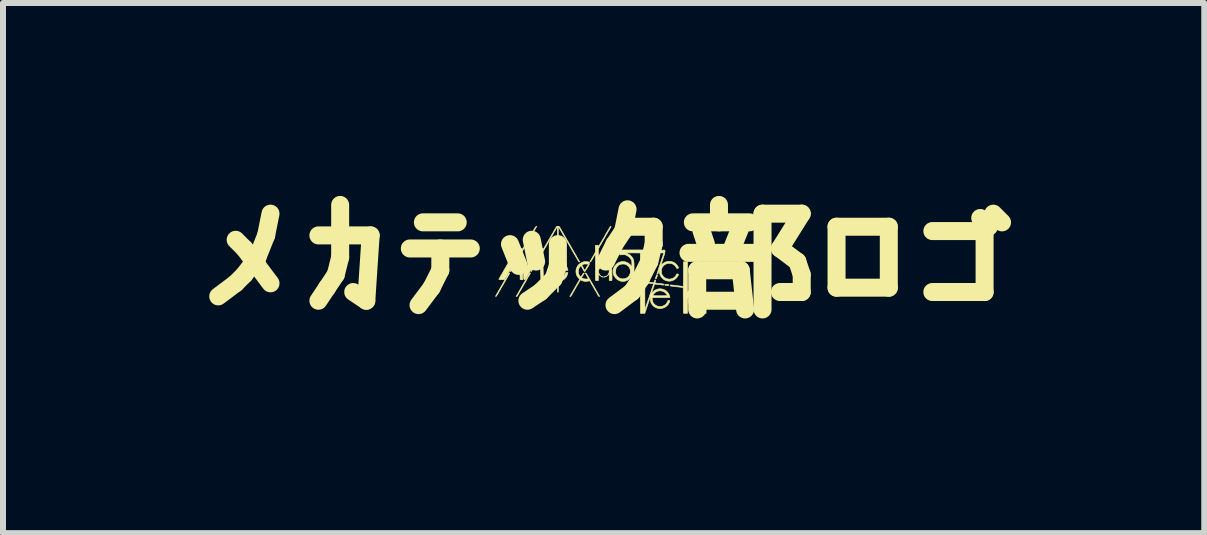
<source format=kicad_pcb>
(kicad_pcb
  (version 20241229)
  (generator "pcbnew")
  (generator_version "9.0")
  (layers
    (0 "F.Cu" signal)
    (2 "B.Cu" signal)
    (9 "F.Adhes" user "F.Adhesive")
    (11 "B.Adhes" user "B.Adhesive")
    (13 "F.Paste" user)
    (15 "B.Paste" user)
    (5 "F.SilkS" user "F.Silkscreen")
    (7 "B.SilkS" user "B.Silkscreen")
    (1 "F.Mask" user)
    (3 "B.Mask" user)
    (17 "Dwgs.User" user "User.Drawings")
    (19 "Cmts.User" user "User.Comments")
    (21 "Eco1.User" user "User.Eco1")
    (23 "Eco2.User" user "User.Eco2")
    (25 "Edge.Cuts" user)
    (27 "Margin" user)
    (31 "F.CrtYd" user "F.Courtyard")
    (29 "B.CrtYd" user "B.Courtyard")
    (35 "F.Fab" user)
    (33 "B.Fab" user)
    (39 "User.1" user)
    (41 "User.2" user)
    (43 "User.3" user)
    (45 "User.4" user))
  (footprint "メカテック部ロゴ"
    (layer "F.Cu")
    (at 7.01 1.418)
    (property "Reference" "メカテック部ロゴ" (at 0 0 0) (layer "F.SilkS") (effects (font (size 1.524 1.524) (thickness 0.3))))
    (attr through_hole)
    (fp_poly (pts (xy -1.232 -0.182) (xy -1.232 -0.178) (xy -1.232 -0.177) (xy -1.235 -0.178) (xy -1.235 -0.18) (xy -1.233 -0.183) (xy -1.232 -0.182)) (stroke (width 0.01) (type solid)) (fill yes) (layer "F.SilkS"))
    (fp_poly (pts (xy -0.033 0.138) (xy -0.024 0.141) (xy -0.017 0.143) (xy -0.01 0.146) (xy -0.008 0.149) (xy -0.009 0.151) (xy -0.012 0.152) (xy -0.02 0.149) (xy -0.026 0.148) (xy -0.035 0.144) (xy -0.039 0.14) (xy -0.039 0.14) (xy -0.036 0.138) (xy -0.033 0.138)) (stroke (width 0.01) (type solid)) (fill yes) (layer "F.SilkS"))
    (fp_poly (pts (xy -0.758 -0.379) (xy -0.756 -0.376) (xy -0.755 -0.37) (xy -0.755 -0.36) (xy -0.755 -0.343) (xy -0.755 -0.341) (xy -0.756 -0.321) (xy -0.758 -0.308) (xy -0.761 -0.302) (xy -0.766 -0.302) (xy -0.767 -0.303) (xy -0.768 -0.308) (xy -0.769 -0.319) (xy -0.77 -0.334) (xy -0.77 -0.343) (xy -0.77 -0.36) (xy -0.769 -0.37) (xy -0.768 -0.376) (xy -0.765 -0.379) (xy -0.762 -0.379) (xy -0.758 -0.379)) (stroke (width 0.01) (type solid)) (fill yes) (layer "F.SilkS"))
    (fp_poly (pts (xy 0.894 0.114) (xy 0.896 0.118) (xy 0.897 0.124) (xy 0.895 0.133) (xy 0.891 0.145) (xy 0.885 0.161) (xy 0.881 0.171) (xy 0.878 0.176) (xy 0.874 0.177) (xy 0.87 0.177) (xy 0.866 0.175) (xy 0.864 0.172) (xy 0.865 0.165) (xy 0.869 0.153) (xy 0.871 0.148) (xy 0.876 0.135) (xy 0.879 0.125) (xy 0.879 0.12) (xy 0.882 0.113) (xy 0.888 0.111) (xy 0.894 0.114)) (stroke (width 0.01) (type solid)) (fill yes) (layer "F.SilkS"))
    (fp_poly (pts (xy 1.039 0.271) (xy 1.049 0.271) (xy 1.068 0.273) (xy 1.08 0.275) (xy 1.087 0.278) (xy 1.09 0.282) (xy 1.089 0.285) (xy 1.085 0.289) (xy 1.077 0.292) (xy 1.069 0.293) (xy 1.067 0.292) (xy 1.062 0.29) (xy 1.052 0.289) (xy 1.042 0.288) (xy 1.03 0.288) (xy 1.023 0.286) (xy 1.02 0.282) (xy 1.02 0.278) (xy 1.02 0.274) (xy 1.022 0.271) (xy 1.028 0.27) (xy 1.039 0.271)) (stroke (width 0.01) (type solid)) (fill yes) (layer "F.SilkS"))
    (fp_poly (pts (xy -1.135 -0.059) (xy -1.141 -0.049) (xy -1.144 -0.041) (xy -1.145 -0.039) (xy -1.148 -0.035) (xy -1.149 -0.035) (xy -1.152 -0.032) (xy -1.155 -0.026) (xy -1.158 -0.02) (xy -1.164 -0.009) (xy -1.172 0.005) (xy -1.181 0.02) (xy -1.189 0.034) (xy -1.197 0.046) (xy -1.202 0.054) (xy -1.203 0.055) (xy -1.208 0.056) (xy -1.21 0.056) (xy -1.213 0.051) (xy -1.211 0.043) (xy -1.205 0.035) (xy -1.201 0.029) (xy -1.195 0.018) (xy -1.188 0.006) (xy -1.179 -0.009) (xy -1.171 -0.024) (xy -1.166 -0.033) (xy -1.158 -0.046) (xy -1.152 -0.059) (xy -1.15 -0.062) (xy -1.143 -0.071) (xy -1.134 -0.074) (xy -1.125 -0.074) (xy -1.135 -0.059)) (stroke (width 0.01) (type solid)) (fill yes) (layer "F.SilkS"))
    (fp_poly (pts (xy -1.476 -0.074) (xy -1.476 -0.071) (xy -1.477 -0.065) (xy -1.483 -0.055) (xy -1.491 -0.04) (xy -1.495 -0.034) (xy -1.503 -0.02) (xy -1.511 -0.007) (xy -1.516 0.002) (xy -1.516 0.003) (xy -1.521 0.011) (xy -1.527 0.022) (xy -1.534 0.034) (xy -1.54 0.044) (xy -1.544 0.052) (xy -1.546 0.054) (xy -1.55 0.055) (xy -1.555 0.057) (xy -1.56 0.056) (xy -1.56 0.052) (xy -1.56 0.052) (xy -1.556 0.043) (xy -1.553 0.039) (xy -1.549 0.032) (xy -1.542 0.022) (xy -1.538 0.014) (xy -1.529 -0.002) (xy -1.52 -0.019) (xy -1.516 -0.025) (xy -1.509 -0.038) (xy -1.503 -0.048) (xy -1.501 -0.053) (xy -1.492 -0.066) (xy -1.484 -0.073) (xy -1.48 -0.074) (xy -1.476 -0.074)) (stroke (width 0.01) (type solid)) (fill yes) (layer "F.SilkS"))
    (fp_poly (pts (xy -1.019 -0.245) (xy -1.018 -0.236) (xy -1.017 -0.223) (xy -1.017 -0.221) (xy -1.016 -0.209) (xy -1.016 -0.191) (xy -1.015 -0.168) (xy -1.014 -0.142) (xy -1.013 -0.114) (xy -1.012 -0.104) (xy -1.011 -0.07) (xy -1.009 -0.032) (xy -1.008 0.007) (xy -1.007 0.044) (xy -1.006 0.074) (xy -1.005 0.101) (xy -1.005 0.126) (xy -1.004 0.147) (xy -1.003 0.165) (xy -1.002 0.176) (xy -1.002 0.179) (xy -1.002 0.189) (xy -1.003 0.194) (xy -1.003 0.195) (xy -1.009 0.194) (xy -1.019 0.193) (xy -1.026 0.192) (xy -1.037 0.19) (xy -1.043 0.188) (xy -1.045 0.183) (xy -1.046 0.176) (xy -1.046 0.167) (xy -1.047 0.152) (xy -1.047 0.133) (xy -1.048 0.112) (xy -1.049 0.107) (xy -1.05 0.064) (xy -1.052 0.014) (xy -1.054 -0.042) (xy -1.056 -0.102) (xy -1.057 -0.122) (xy -1.059 -0.176) (xy -1.041 -0.208) (xy -1.034 -0.222) (xy -1.028 -0.234) (xy -1.024 -0.241) (xy -1.024 -0.243) (xy -1.021 -0.247) (xy -1.021 -0.248) (xy -1.019 -0.245)) (stroke (width 0.01) (type solid)) (fill yes) (layer "F.SilkS"))
    (fp_poly (pts (xy -1.364 -0.238) (xy -1.364 -0.23) (xy -1.363 -0.216) (xy -1.362 -0.2) (xy -1.362 -0.199) (xy -1.361 -0.176) (xy -1.36 -0.153) (xy -1.358 -0.13) (xy -1.357 -0.104) (xy -1.356 -0.075) (xy -1.355 -0.043) (xy -1.354 -0.007) (xy -1.353 0.035) (xy -1.351 0.082) (xy -1.35 0.13) (xy -1.348 0.195) (xy -1.357 0.195) (xy -1.367 0.194) (xy -1.378 0.193) (xy -1.391 0.191) (xy -1.391 0.159) (xy -1.392 0.142) (xy -1.392 0.127) (xy -1.393 0.117) (xy -1.393 0.115) (xy -1.394 0.107) (xy -1.394 0.093) (xy -1.395 0.075) (xy -1.396 0.053) (xy -1.397 0.041) (xy -1.398 -0.006) (xy -1.4 -0.045) (xy -1.401 -0.078) (xy -1.402 -0.105) (xy -1.402 -0.127) (xy -1.403 -0.144) (xy -1.403 -0.157) (xy -1.403 -0.167) (xy -1.402 -0.174) (xy -1.402 -0.179) (xy -1.401 -0.182) (xy -1.399 -0.185) (xy -1.398 -0.188) (xy -1.397 -0.19) (xy -1.39 -0.203) (xy -1.382 -0.215) (xy -1.381 -0.217) (xy -1.375 -0.228) (xy -1.369 -0.238) (xy -1.369 -0.238) (xy -1.364 -0.248) (xy -1.364 -0.238)) (stroke (width 0.01) (type solid)) (fill yes) (layer "F.SilkS"))
    (fp_poly (pts (xy -1.219 0.084) (xy -1.221 0.088) (xy -1.226 0.098) (xy -1.233 0.111) (xy -1.241 0.125) (xy -1.25 0.14) (xy -1.258 0.152) (xy -1.258 0.152) (xy -1.265 0.165) (xy -1.275 0.182) (xy -1.285 0.201) (xy -1.291 0.211) (xy -1.299 0.226) (xy -1.306 0.239) (xy -1.311 0.247) (xy -1.313 0.25) (xy -1.317 0.256) (xy -1.324 0.267) (xy -1.334 0.284) (xy -1.345 0.306) (xy -1.346 0.307) (xy -1.356 0.325) (xy -1.367 0.344) (xy -1.376 0.36) (xy -1.395 0.39) (xy -1.412 0.421) (xy -1.427 0.448) (xy -1.434 0.462) (xy -1.441 0.47) (xy -1.446 0.473) (xy -1.449 0.473) (xy -1.456 0.472) (xy -1.458 0.471) (xy -1.456 0.466) (xy -1.451 0.459) (xy -1.45 0.458) (xy -1.439 0.441) (xy -1.427 0.42) (xy -1.413 0.394) (xy -1.412 0.393) (xy -1.405 0.38) (xy -1.399 0.369) (xy -1.396 0.364) (xy -1.395 0.363) (xy -1.392 0.359) (xy -1.387 0.35) (xy -1.38 0.338) (xy -1.379 0.336) (xy -1.372 0.323) (xy -1.367 0.314) (xy -1.364 0.309) (xy -1.364 0.309) (xy -1.361 0.304) (xy -1.356 0.296) (xy -1.354 0.291) (xy -1.349 0.283) (xy -1.341 0.269) (xy -1.331 0.252) (xy -1.319 0.231) (xy -1.307 0.211) (xy -1.294 0.189) (xy -1.282 0.169) (xy -1.272 0.15) (xy -1.263 0.136) (xy -1.259 0.127) (xy -1.252 0.115) (xy -1.246 0.106) (xy -1.244 0.103) (xy -1.239 0.095) (xy -1.237 0.09) (xy -1.233 0.085) (xy -1.227 0.082) (xy -1.221 0.082) (xy -1.219 0.084)) (stroke (width 0.01) (type solid)) (fill yes) (layer "F.SilkS"))
    (fp_poly (pts (xy -1.577 0.108) (xy -1.584 0.122) (xy -1.59 0.132) (xy -1.594 0.138) (xy -1.594 0.139) (xy -1.598 0.144) (xy -1.604 0.154) (xy -1.61 0.166) (xy -1.617 0.178) (xy -1.622 0.187) (xy -1.625 0.191) (xy -1.629 0.196) (xy -1.632 0.203) (xy -1.637 0.212) (xy -1.644 0.224) (xy -1.649 0.234) (xy -1.657 0.247) (xy -1.663 0.258) (xy -1.666 0.264) (xy -1.671 0.272) (xy -1.678 0.283) (xy -1.681 0.288) (xy -1.687 0.298) (xy -1.691 0.305) (xy -1.692 0.307) (xy -1.694 0.311) (xy -1.699 0.319) (xy -1.701 0.323) (xy -1.708 0.334) (xy -1.716 0.349) (xy -1.725 0.364) (xy -1.725 0.365) (xy -1.733 0.378) (xy -1.739 0.389) (xy -1.743 0.394) (xy -1.743 0.395) (xy -1.747 0.4) (xy -1.749 0.405) (xy -1.755 0.417) (xy -1.763 0.431) (xy -1.772 0.445) (xy -1.781 0.458) (xy -1.788 0.468) (xy -1.794 0.473) (xy -1.795 0.473) (xy -1.8 0.472) (xy -1.801 0.471) (xy -1.8 0.467) (xy -1.794 0.457) (xy -1.787 0.443) (xy -1.78 0.432) (xy -1.773 0.419) (xy -1.764 0.404) (xy -1.761 0.397) (xy -1.754 0.385) (xy -1.748 0.375) (xy -1.745 0.371) (xy -1.74 0.363) (xy -1.736 0.356) (xy -1.73 0.346) (xy -1.722 0.331) (xy -1.71 0.31) (xy -1.695 0.284) (xy -1.682 0.262) (xy -1.672 0.245) (xy -1.663 0.228) (xy -1.655 0.215) (xy -1.651 0.208) (xy -1.643 0.194) (xy -1.635 0.18) (xy -1.634 0.179) (xy -1.626 0.165) (xy -1.618 0.151) (xy -1.617 0.149) (xy -1.611 0.138) (xy -1.602 0.123) (xy -1.596 0.113) (xy -1.589 0.101) (xy -1.584 0.091) (xy -1.583 0.086) (xy -1.579 0.083) (xy -1.573 0.082) (xy -1.563 0.082) (xy -1.577 0.108)) (stroke (width 0.01) (type solid)) (fill yes) (layer "F.SilkS"))
    (fp_poly (pts (xy -1.038 -0.328) (xy -1.023 -0.328) (xy -1.012 -0.327) (xy -1.008 -0.326) (xy -1.008 -0.326) (xy -1.01 -0.322) (xy -1.016 -0.312) (xy -1.024 -0.296) (xy -1.035 -0.276) (xy -1.049 -0.253) (xy -1.064 -0.227) (xy -1.068 -0.221) (xy -1.077 -0.206) (xy -1.084 -0.193) (xy -1.089 -0.183) (xy -1.09 -0.179) (xy -1.093 -0.174) (xy -1.095 -0.171) (xy -1.1 -0.165) (xy -1.107 -0.155) (xy -1.108 -0.152) (xy -1.115 -0.139) (xy -1.124 -0.123) (xy -1.134 -0.106) (xy -1.143 -0.089) (xy -1.152 -0.074) (xy -1.158 -0.062) (xy -1.162 -0.057) (xy -1.173 -0.039) (xy -1.181 -0.025) (xy -1.187 -0.014) (xy -1.193 -0.004) (xy -1.2 0.007) (xy -1.206 0.02) (xy -1.213 0.033) (xy -1.221 0.045) (xy -1.223 0.049) (xy -1.232 0.063) (xy -1.243 0.083) (xy -1.253 0.102) (xy -1.259 0.112) (xy -1.264 0.12) (xy -1.265 0.12) (xy -1.269 0.128) (xy -1.27 0.131) (xy -1.272 0.136) (xy -1.274 0.137) (xy -1.277 0.14) (xy -1.28 0.146) (xy -1.284 0.154) (xy -1.291 0.165) (xy -1.298 0.177) (xy -1.306 0.187) (xy -1.311 0.192) (xy -1.316 0.195) (xy -1.321 0.194) (xy -1.325 0.192) (xy -1.328 0.19) (xy -1.33 0.184) (xy -1.331 0.175) (xy -1.332 0.16) (xy -1.332 0.141) (xy -1.333 0.121) (xy -1.333 0.104) (xy -1.334 0.09) (xy -1.335 0.083) (xy -1.335 0.083) (xy -1.335 0.074) (xy -1.333 0.069) (xy -1.33 0.063) (xy -1.324 0.053) (xy -1.318 0.043) (xy -1.31 0.028) (xy -1.3 0.01) (xy -1.292 -0.004) (xy -1.283 -0.019) (xy -1.275 -0.033) (xy -1.269 -0.044) (xy -1.258 -0.062) (xy -1.246 -0.083) (xy -1.233 -0.104) (xy -1.221 -0.126) (xy -1.209 -0.145) (xy -1.2 -0.162) (xy -1.192 -0.175) (xy -1.187 -0.182) (xy -1.187 -0.183) (xy -1.181 -0.193) (xy -1.177 -0.201) (xy -1.173 -0.208) (xy -1.167 -0.219) (xy -1.158 -0.234) (xy -1.149 -0.249) (xy -1.14 -0.265) (xy -1.132 -0.278) (xy -1.127 -0.287) (xy -1.125 -0.291) (xy -1.124 -0.295) (xy -1.119 -0.304) (xy -1.115 -0.311) (xy -1.104 -0.328) (xy -1.056 -0.328) (xy -1.038 -0.328)) (stroke (width 0.01) (type solid)) (fill yes) (layer "F.SilkS"))
    (fp_poly (pts (xy 1.399 0.394) (xy 1.421 0.382) (xy 1.449 0.368) (xy 1.478 0.359) (xy 1.506 0.354) (xy 1.529 0.353) (xy 1.568 0.361) (xy 1.603 0.376) (xy 1.634 0.396) (xy 1.661 0.422) (xy 1.682 0.452) (xy 1.697 0.487) (xy 1.703 0.516) (xy 1.705 0.527) (xy 1.706 0.544) (xy 1.706 0.567) (xy 1.707 0.593) (xy 1.708 0.622) (xy 1.708 0.648) (xy 1.708 0.754) (xy 1.637 0.754) (xy 1.637 0.652) (xy 1.637 0.614) (xy 1.637 0.584) (xy 1.636 0.559) (xy 1.635 0.539) (xy 1.633 0.523) (xy 1.63 0.51) (xy 1.627 0.499) (xy 1.622 0.489) (xy 1.616 0.479) (xy 1.614 0.476) (xy 1.604 0.461) (xy 1.594 0.451) (xy 1.582 0.443) (xy 1.576 0.439) (xy 1.551 0.43) (xy 1.525 0.426) (xy 1.499 0.427) (xy 1.475 0.433) (xy 1.455 0.444) (xy 1.45 0.448) (xy 1.442 0.454) (xy 1.435 0.457) (xy 1.435 0.457) (xy 1.43 0.46) (xy 1.43 0.461) (xy 1.428 0.466) (xy 1.425 0.47) (xy 1.42 0.476) (xy 1.413 0.487) (xy 1.41 0.493) (xy 1.408 0.498) (xy 1.406 0.503) (xy 1.404 0.509) (xy 1.403 0.517) (xy 1.402 0.527) (xy 1.401 0.542) (xy 1.401 0.561) (xy 1.4 0.586) (xy 1.4 0.617) (xy 1.4 0.632) (xy 1.398 0.754) (xy 1.365 0.754) (xy 1.347 0.754) (xy 1.335 0.752) (xy 1.331 0.749) (xy 1.33 0.749) (xy 1.33 0.745) (xy 1.33 0.733) (xy 1.329 0.715) (xy 1.329 0.691) (xy 1.329 0.662) (xy 1.328 0.629) (xy 1.328 0.593) (xy 1.328 0.554) (xy 1.328 0.533) (xy 1.327 0.322) (xy 1.309 0.321) (xy 1.299 0.32) (xy 1.283 0.319) (xy 1.263 0.316) (xy 1.241 0.314) (xy 1.235 0.313) (xy 1.212 0.31) (xy 1.189 0.307) (xy 1.169 0.305) (xy 1.153 0.303) (xy 1.151 0.303) (xy 1.132 0.301) (xy 1.12 0.299) (xy 1.113 0.297) (xy 1.11 0.293) (xy 1.11 0.289) (xy 1.113 0.283) (xy 1.117 0.281) (xy 1.125 0.282) (xy 1.14 0.283) (xy 1.16 0.285) (xy 1.184 0.288) (xy 1.209 0.291) (xy 1.236 0.295) (xy 1.255 0.297) (xy 1.276 0.3) (xy 1.294 0.302) (xy 1.309 0.304) (xy 1.318 0.305) (xy 1.319 0.305) (xy 1.329 0.305) (xy 1.331 -0.104) (xy 1.365 -0.105) (xy 1.399 -0.106) (xy 1.399 0.394)) (stroke (width 0.01) (type solid)) (fill yes) (layer "F.SilkS"))
    (fp_poly (pts (xy -1.122 -0.681) (xy -1.13 -0.668) (xy -1.138 -0.653) (xy -1.139 -0.651) (xy -1.146 -0.639) (xy -1.155 -0.624) (xy -1.162 -0.612) (xy -1.171 -0.596) (xy -1.18 -0.579) (xy -1.186 -0.569) (xy -1.193 -0.556) (xy -1.2 -0.546) (xy -1.203 -0.542) (xy -1.206 -0.537) (xy -1.206 -0.535) (xy -1.205 -0.533) (xy -1.208 -0.529) (xy -1.212 -0.523) (xy -1.218 -0.513) (xy -1.227 -0.498) (xy -1.237 -0.481) (xy -1.248 -0.463) (xy -1.258 -0.445) (xy -1.267 -0.429) (xy -1.274 -0.416) (xy -1.279 -0.407) (xy -1.279 -0.406) (xy -1.282 -0.4) (xy -1.289 -0.39) (xy -1.296 -0.377) (xy -1.297 -0.376) (xy -1.305 -0.364) (xy -1.31 -0.354) (xy -1.313 -0.35) (xy -1.313 -0.35) (xy -1.315 -0.346) (xy -1.321 -0.336) (xy -1.329 -0.321) (xy -1.341 -0.302) (xy -1.347 -0.291) (xy -1.352 -0.282) (xy -1.358 -0.272) (xy -1.364 -0.26) (xy -1.371 -0.248) (xy -1.379 -0.236) (xy -1.386 -0.223) (xy -1.386 -0.223) (xy -1.39 -0.215) (xy -1.398 -0.201) (xy -1.408 -0.184) (xy -1.419 -0.166) (xy -1.423 -0.158) (xy -1.434 -0.141) (xy -1.443 -0.125) (xy -1.45 -0.113) (xy -1.453 -0.106) (xy -1.454 -0.105) (xy -1.457 -0.102) (xy -1.462 -0.102) (xy -1.468 -0.103) (xy -1.468 -0.108) (xy -1.465 -0.113) (xy -1.459 -0.124) (xy -1.451 -0.138) (xy -1.446 -0.147) (xy -1.438 -0.161) (xy -1.431 -0.173) (xy -1.427 -0.181) (xy -1.426 -0.183) (xy -1.424 -0.188) (xy -1.423 -0.188) (xy -1.42 -0.192) (xy -1.415 -0.201) (xy -1.409 -0.211) (xy -1.401 -0.226) (xy -1.391 -0.243) (xy -1.382 -0.258) (xy -1.373 -0.274) (xy -1.362 -0.293) (xy -1.351 -0.312) (xy -1.349 -0.317) (xy -1.341 -0.331) (xy -1.335 -0.343) (xy -1.33 -0.35) (xy -1.329 -0.352) (xy -1.326 -0.356) (xy -1.32 -0.365) (xy -1.312 -0.379) (xy -1.303 -0.394) (xy -1.293 -0.41) (xy -1.285 -0.426) (xy -1.282 -0.431) (xy -1.268 -0.457) (xy -1.258 -0.475) (xy -1.25 -0.486) (xy -1.249 -0.488) (xy -1.244 -0.495) (xy -1.238 -0.506) (xy -1.23 -0.52) (xy -1.222 -0.535) (xy -1.214 -0.549) (xy -1.208 -0.561) (xy -1.204 -0.569) (xy -1.204 -0.57) (xy -1.201 -0.574) (xy -1.2 -0.574) (xy -1.197 -0.578) (xy -1.191 -0.586) (xy -1.187 -0.595) (xy -1.171 -0.625) (xy -1.156 -0.65) (xy -1.144 -0.67) (xy -1.133 -0.685) (xy -1.125 -0.693) (xy -1.122 -0.695) (xy -1.113 -0.696) (xy -1.122 -0.681)) (stroke (width 0.01) (type solid)) (fill yes) (layer "F.SilkS"))
    (fp_poly (pts (xy -1.382 -0.328) (xy -1.368 -0.327) (xy -1.36 -0.325) (xy -1.357 -0.322) (xy -1.358 -0.316) (xy -1.363 -0.306) (xy -1.366 -0.303) (xy -1.372 -0.291) (xy -1.378 -0.281) (xy -1.379 -0.278) (xy -1.384 -0.269) (xy -1.392 -0.258) (xy -1.393 -0.256) (xy -1.399 -0.248) (xy -1.403 -0.242) (xy -1.403 -0.241) (xy -1.405 -0.237) (xy -1.41 -0.228) (xy -1.417 -0.215) (xy -1.422 -0.205) (xy -1.431 -0.191) (xy -1.437 -0.179) (xy -1.441 -0.171) (xy -1.442 -0.169) (xy -1.444 -0.165) (xy -1.449 -0.157) (xy -1.45 -0.156) (xy -1.455 -0.148) (xy -1.463 -0.135) (xy -1.472 -0.119) (xy -1.481 -0.105) (xy -1.493 -0.083) (xy -1.506 -0.06) (xy -1.518 -0.039) (xy -1.529 -0.019) (xy -1.539 -0.003) (xy -1.545 0.007) (xy -1.546 0.01) (xy -1.552 0.02) (xy -1.555 0.027) (xy -1.56 0.035) (xy -1.567 0.047) (xy -1.57 0.052) (xy -1.578 0.064) (xy -1.587 0.08) (xy -1.596 0.095) (xy -1.606 0.113) (xy -1.613 0.126) (xy -1.617 0.134) (xy -1.62 0.138) (xy -1.622 0.141) (xy -1.622 0.141) (xy -1.625 0.145) (xy -1.63 0.154) (xy -1.637 0.166) (xy -1.638 0.168) (xy -1.653 0.193) (xy -1.698 0.194) (xy -1.716 0.193) (xy -1.731 0.193) (xy -1.741 0.192) (xy -1.745 0.19) (xy -1.744 0.186) (xy -1.74 0.176) (xy -1.734 0.164) (xy -1.732 0.161) (xy -1.723 0.147) (xy -1.716 0.134) (xy -1.711 0.125) (xy -1.711 0.124) (xy -1.707 0.116) (xy -1.703 0.113) (xy -1.7 0.11) (xy -1.7 0.109) (xy -1.698 0.104) (xy -1.693 0.094) (xy -1.686 0.081) (xy -1.68 0.072) (xy -1.672 0.058) (xy -1.665 0.046) (xy -1.662 0.039) (xy -1.661 0.037) (xy -1.659 0.033) (xy -1.654 0.024) (xy -1.65 0.018) (xy -1.637 -0.002) (xy -1.626 -0.022) (xy -1.617 -0.039) (xy -1.617 -0.04) (xy -1.613 -0.048) (xy -1.609 -0.051) (xy -1.606 -0.054) (xy -1.606 -0.056) (xy -1.603 -0.063) (xy -1.601 -0.066) (xy -1.597 -0.071) (xy -1.591 -0.081) (xy -1.586 -0.09) (xy -1.581 -0.1) (xy -1.576 -0.108) (xy -1.574 -0.109) (xy -1.571 -0.113) (xy -1.571 -0.114) (xy -1.569 -0.12) (xy -1.564 -0.13) (xy -1.556 -0.144) (xy -1.548 -0.156) (xy -1.539 -0.173) (xy -1.53 -0.187) (xy -1.524 -0.198) (xy -1.521 -0.203) (xy -1.516 -0.213) (xy -1.513 -0.219) (xy -1.507 -0.229) (xy -1.498 -0.243) (xy -1.488 -0.259) (xy -1.478 -0.276) (xy -1.469 -0.293) (xy -1.461 -0.306) (xy -1.457 -0.315) (xy -1.456 -0.316) (xy -1.45 -0.328) (xy -1.403 -0.328) (xy -1.382 -0.328)) (stroke (width 0.01) (type solid)) (fill yes) (layer "F.SilkS"))
    (fp_poly (pts (xy -0.759 -0.289) (xy -0.758 -0.287) (xy -0.756 -0.284) (xy -0.755 -0.277) (xy -0.755 -0.267) (xy -0.754 -0.251) (xy -0.754 -0.229) (xy -0.754 -0.201) (xy -0.754 -0.11) (xy -0.732 -0.108) (xy -0.702 -0.1) (xy -0.673 -0.086) (xy -0.647 -0.065) (xy -0.626 -0.04) (xy -0.609 -0.012) (xy -0.598 0.02) (xy -0.597 0.026) (xy -0.594 0.039) (xy -0.754 0.039) (xy -0.754 0.184) (xy -0.738 0.182) (xy -0.723 0.178) (xy -0.706 0.171) (xy -0.691 0.163) (xy -0.677 0.154) (xy -0.668 0.145) (xy -0.664 0.138) (xy -0.664 0.138) (xy -0.661 0.132) (xy -0.659 0.13) (xy -0.654 0.124) (xy -0.647 0.112) (xy -0.64 0.095) (xy -0.637 0.087) (xy -0.633 0.079) (xy -0.629 0.076) (xy -0.62 0.074) (xy -0.613 0.074) (xy -0.595 0.074) (xy -0.6 0.095) (xy -0.611 0.127) (xy -0.628 0.156) (xy -0.651 0.181) (xy -0.674 0.198) (xy -0.685 0.203) (xy -0.698 0.209) (xy -0.712 0.215) (xy -0.725 0.219) (xy -0.735 0.222) (xy -0.738 0.222) (xy -0.743 0.222) (xy -0.747 0.222) (xy -0.75 0.224) (xy -0.752 0.229) (xy -0.753 0.237) (xy -0.754 0.25) (xy -0.754 0.269) (xy -0.754 0.294) (xy -0.754 0.313) (xy -0.754 0.341) (xy -0.754 0.363) (xy -0.755 0.379) (xy -0.755 0.39) (xy -0.756 0.397) (xy -0.758 0.401) (xy -0.759 0.402) (xy -0.762 0.402) (xy -0.762 0.402) (xy -0.765 0.402) (xy -0.766 0.401) (xy -0.768 0.397) (xy -0.769 0.39) (xy -0.769 0.38) (xy -0.77 0.364) (xy -0.77 0.343) (xy -0.77 0.314) (xy -0.77 0.224) (xy -0.792 0.22) (xy -0.826 0.209) (xy -0.857 0.191) (xy -0.884 0.168) (xy -0.905 0.141) (xy -0.913 0.127) (xy -0.918 0.116) (xy -0.921 0.107) (xy -0.923 0.098) (xy -0.924 0.085) (xy -0.924 0.068) (xy -0.924 0.06) (xy -0.891 0.06) (xy -0.89 0.072) (xy -0.888 0.079) (xy -0.887 0.08) (xy -0.885 0.085) (xy -0.886 0.088) (xy -0.885 0.093) (xy -0.883 0.094) (xy -0.881 0.096) (xy -0.881 0.098) (xy -0.881 0.104) (xy -0.876 0.113) (xy -0.868 0.126) (xy -0.858 0.138) (xy -0.853 0.143) (xy -0.83 0.163) (xy -0.804 0.176) (xy -0.801 0.177) (xy -0.79 0.181) (xy -0.782 0.183) (xy -0.777 0.183) (xy -0.773 0.179) (xy -0.771 0.172) (xy -0.77 0.159) (xy -0.77 0.14) (xy -0.77 0.115) (xy -0.77 0.111) (xy -0.77 0.039) (xy -0.828 0.039) (xy -0.85 0.039) (xy -0.866 0.039) (xy -0.877 0.04) (xy -0.883 0.041) (xy -0.886 0.043) (xy -0.888 0.046) (xy -0.888 0.048) (xy -0.891 0.06) (xy -0.924 0.06) (xy -0.924 0.057) (xy -0.924 0.036) (xy -0.924 0.022) (xy -0.923 0.016) (xy -0.883 0.016) (xy -0.77 0.016) (xy -0.77 -0.027) (xy -0.754 -0.027) (xy -0.754 0.016) (xy -0.698 0.016) (xy -0.677 0.015) (xy -0.661 0.015) (xy -0.648 0.015) (xy -0.642 0.014) (xy -0.641 0.014) (xy -0.643 0.006) (xy -0.65 -0.006) (xy -0.658 -0.019) (xy -0.668 -0.031) (xy -0.675 -0.038) (xy -0.686 -0.046) (xy -0.7 -0.055) (xy -0.715 -0.063) (xy -0.73 -0.069) (xy -0.742 -0.072) (xy -0.749 -0.073) (xy -0.75 -0.072) (xy -0.752 -0.067) (xy -0.753 -0.056) (xy -0.754 -0.04) (xy -0.754 -0.027) (xy -0.77 -0.027) (xy -0.77 -0.073) (xy -0.789 -0.068) (xy -0.802 -0.064) (xy -0.814 -0.06) (xy -0.817 -0.058) (xy -0.825 -0.055) (xy -0.829 -0.054) (xy -0.833 -0.052) (xy -0.841 -0.045) (xy -0.85 -0.036) (xy -0.859 -0.027) (xy -0.866 -0.019) (xy -0.868 -0.016) (xy -0.874 -0.004) (xy -0.878 0.005) (xy -0.883 0.016) (xy -0.923 0.016) (xy -0.922 0.011) (xy -0.92 0.002) (xy -0.915 -0.008) (xy -0.911 -0.017) (xy -0.894 -0.045) (xy -0.871 -0.069) (xy -0.845 -0.088) (xy -0.817 -0.102) (xy -0.791 -0.108) (xy -0.77 -0.11) (xy -0.77 -0.2) (xy -0.77 -0.228) (xy -0.77 -0.25) (xy -0.769 -0.266) (xy -0.769 -0.277) (xy -0.768 -0.284) (xy -0.766 -0.287) (xy -0.765 -0.289) (xy -0.762 -0.289) (xy -0.762 -0.289) (xy -0.759 -0.289)) (stroke (width 0.01) (type solid)) (fill yes) (layer "F.SilkS"))
    (fp_poly (pts (xy -0.747 -0.694) (xy -0.737 -0.69) (xy -0.73 -0.681) (xy -0.727 -0.675) (xy -0.725 -0.672) (xy -0.724 -0.669) (xy -0.721 -0.664) (xy -0.718 -0.658) (xy -0.713 -0.649) (xy -0.705 -0.636) (xy -0.696 -0.619) (xy -0.683 -0.598) (xy -0.667 -0.57) (xy -0.663 -0.564) (xy -0.651 -0.542) (xy -0.64 -0.523) (xy -0.631 -0.508) (xy -0.625 -0.497) (xy -0.622 -0.491) (xy -0.621 -0.49) (xy -0.619 -0.486) (xy -0.614 -0.478) (xy -0.613 -0.476) (xy -0.603 -0.461) (xy -0.592 -0.441) (xy -0.579 -0.416) (xy -0.572 -0.404) (xy -0.565 -0.393) (xy -0.563 -0.39) (xy -0.556 -0.38) (xy -0.55 -0.369) (xy -0.545 -0.359) (xy -0.537 -0.344) (xy -0.527 -0.327) (xy -0.518 -0.311) (xy -0.509 -0.296) (xy -0.502 -0.285) (xy -0.5 -0.281) (xy -0.494 -0.271) (xy -0.487 -0.259) (xy -0.485 -0.256) (xy -0.478 -0.243) (xy -0.469 -0.228) (xy -0.465 -0.221) (xy -0.456 -0.205) (xy -0.447 -0.188) (xy -0.443 -0.182) (xy -0.436 -0.169) (xy -0.426 -0.152) (xy -0.417 -0.136) (xy -0.416 -0.134) (xy -0.408 -0.121) (xy -0.402 -0.111) (xy -0.399 -0.105) (xy -0.399 -0.104) (xy -0.402 -0.102) (xy -0.405 -0.102) (xy -0.409 -0.103) (xy -0.414 -0.107) (xy -0.42 -0.115) (xy -0.428 -0.128) (xy -0.439 -0.147) (xy -0.442 -0.152) (xy -0.446 -0.16) (xy -0.453 -0.172) (xy -0.462 -0.187) (xy -0.467 -0.195) (xy -0.476 -0.212) (xy -0.485 -0.227) (xy -0.491 -0.239) (xy -0.494 -0.242) (xy -0.498 -0.25) (xy -0.506 -0.263) (xy -0.516 -0.28) (xy -0.527 -0.3) (xy -0.537 -0.317) (xy -0.55 -0.34) (xy -0.566 -0.368) (xy -0.583 -0.397) (xy -0.6 -0.427) (xy -0.615 -0.451) (xy -0.629 -0.476) (xy -0.643 -0.501) (xy -0.657 -0.525) (xy -0.669 -0.545) (xy -0.678 -0.561) (xy -0.679 -0.563) (xy -0.689 -0.58) (xy -0.698 -0.596) (xy -0.706 -0.609) (xy -0.709 -0.615) (xy -0.715 -0.626) (xy -0.724 -0.641) (xy -0.733 -0.657) (xy -0.736 -0.662) (xy -0.754 -0.694) (xy -0.754 -0.543) (xy -0.754 -0.504) (xy -0.754 -0.473) (xy -0.754 -0.448) (xy -0.755 -0.429) (xy -0.755 -0.415) (xy -0.756 -0.405) (xy -0.756 -0.399) (xy -0.758 -0.395) (xy -0.759 -0.393) (xy -0.761 -0.393) (xy -0.762 -0.394) (xy -0.764 -0.394) (xy -0.766 -0.396) (xy -0.767 -0.399) (xy -0.768 -0.405) (xy -0.769 -0.413) (xy -0.769 -0.426) (xy -0.77 -0.443) (xy -0.77 -0.466) (xy -0.77 -0.494) (xy -0.771 -0.529) (xy -0.771 -0.543) (xy -0.772 -0.69) (xy -0.787 -0.661) (xy -0.798 -0.642) (xy -0.806 -0.628) (xy -0.812 -0.618) (xy -0.816 -0.61) (xy -0.821 -0.603) (xy -0.826 -0.596) (xy -0.832 -0.586) (xy -0.836 -0.579) (xy -0.836 -0.578) (xy -0.838 -0.574) (xy -0.843 -0.564) (xy -0.851 -0.55) (xy -0.86 -0.534) (xy -0.862 -0.532) (xy -0.871 -0.516) (xy -0.879 -0.502) (xy -0.885 -0.492) (xy -0.887 -0.487) (xy -0.887 -0.487) (xy -0.889 -0.483) (xy -0.894 -0.474) (xy -0.899 -0.468) (xy -0.907 -0.455) (xy -0.916 -0.439) (xy -0.923 -0.427) (xy -0.935 -0.405) (xy -0.948 -0.382) (xy -0.96 -0.36) (xy -0.965 -0.352) (xy -0.97 -0.344) (xy -0.973 -0.34) (xy -0.976 -0.335) (xy -0.98 -0.328) (xy -0.985 -0.319) (xy -0.992 -0.307) (xy -0.996 -0.299) (xy -1.004 -0.286) (xy -1.011 -0.273) (xy -1.013 -0.268) (xy -1.02 -0.256) (xy -1.027 -0.246) (xy -1.032 -0.238) (xy -1.04 -0.225) (xy -1.047 -0.211) (xy -1.054 -0.198) (xy -1.06 -0.186) (xy -1.065 -0.18) (xy -1.065 -0.18) (xy -1.07 -0.172) (xy -1.072 -0.168) (xy -1.076 -0.161) (xy -1.082 -0.151) (xy -1.082 -0.15) (xy -1.089 -0.139) (xy -1.095 -0.128) (xy -1.099 -0.12) (xy -1.102 -0.117) (xy -1.105 -0.114) (xy -1.107 -0.109) (xy -1.111 -0.105) (xy -1.117 -0.102) (xy -1.123 -0.101) (xy -1.125 -0.104) (xy -1.124 -0.109) (xy -1.119 -0.117) (xy -1.115 -0.124) (xy -1.114 -0.125) (xy -1.11 -0.129) (xy -1.105 -0.138) (xy -1.103 -0.143) (xy -1.095 -0.157) (xy -1.086 -0.171) (xy -1.085 -0.174) (xy -1.079 -0.184) (xy -1.07 -0.199) (xy -1.061 -0.216) (xy -1.055 -0.227) (xy -1.045 -0.244) (xy -1.035 -0.262) (xy -1.026 -0.277) (xy -1.022 -0.283) (xy -1.014 -0.295) (xy -1.009 -0.306) (xy -1.007 -0.312) (xy -1.003 -0.318) (xy -1 -0.32) (xy -0.997 -0.323) (xy -0.996 -0.325) (xy -0.995 -0.33) (xy -0.989 -0.34) (xy -0.981 -0.355) (xy -0.971 -0.373) (xy -0.959 -0.393) (xy -0.957 -0.396) (xy -0.941 -0.423) (xy -0.926 -0.449) (xy -0.912 -0.474) (xy -0.899 -0.496) (xy -0.888 -0.516) (xy -0.879 -0.531) (xy -0.874 -0.542) (xy -0.871 -0.546) (xy -0.871 -0.546) (xy -0.869 -0.551) (xy -0.866 -0.555) (xy -0.862 -0.56) (xy -0.855 -0.571) (xy -0.846 -0.586) (xy -0.838 -0.6) (xy -0.828 -0.618) (xy -0.818 -0.636) (xy -0.809 -0.651) (xy -0.804 -0.658) (xy -0.797 -0.671) (xy -0.791 -0.682) (xy -0.789 -0.687) (xy -0.785 -0.692) (xy -0.779 -0.695) (xy -0.768 -0.696) (xy -0.763 -0.696) (xy -0.747 -0.694)) (stroke (width 0.01) (type solid)) (fill yes) (layer "F.SilkS"))
    (fp_poly (pts (xy 0.123 -0.695) (xy 0.124 -0.692) (xy 0.122 -0.685) (xy 0.115 -0.673) (xy 0.114 -0.671) (xy 0.108 -0.661) (xy 0.099 -0.645) (xy 0.089 -0.628) (xy 0.079 -0.611) (xy 0.069 -0.594) (xy 0.061 -0.58) (xy 0.054 -0.569) (xy 0.051 -0.563) (xy 0.051 -0.563) (xy 0.047 -0.557) (xy 0.041 -0.546) (xy 0.033 -0.532) (xy 0.027 -0.522) (xy 0.017 -0.505) (xy 0.009 -0.49) (xy 0.002 -0.478) (xy -0.001 -0.473) (xy -0.006 -0.464) (xy -0.014 -0.45) (xy -0.024 -0.434) (xy -0.032 -0.419) (xy -0.041 -0.402) (xy -0.051 -0.386) (xy -0.058 -0.374) (xy -0.062 -0.368) (xy -0.068 -0.359) (xy -0.07 -0.352) (xy -0.07 -0.352) (xy -0.073 -0.346) (xy -0.078 -0.337) (xy -0.078 -0.337) (xy -0.08 -0.334) (xy -0.082 -0.331) (xy -0.083 -0.326) (xy -0.084 -0.318) (xy -0.085 -0.308) (xy -0.085 -0.294) (xy -0.086 -0.275) (xy -0.086 -0.251) (xy -0.086 -0.22) (xy -0.086 -0.189) (xy -0.086 -0.157) (xy -0.086 -0.128) (xy -0.085 -0.102) (xy -0.085 -0.08) (xy -0.084 -0.064) (xy -0.083 -0.054) (xy -0.083 -0.051) (xy -0.078 -0.052) (xy -0.068 -0.057) (xy -0.055 -0.063) (xy -0.055 -0.064) (xy -0.042 -0.07) (xy -0.031 -0.073) (xy -0.02 -0.075) (xy -0.005 -0.076) (xy 0.006 -0.076) (xy 0.024 -0.076) (xy 0.037 -0.075) (xy 0.047 -0.072) (xy 0.059 -0.067) (xy 0.064 -0.065) (xy 0.088 -0.05) (xy 0.107 -0.031) (xy 0.123 -0.007) (xy 0.126 -0.000102) (xy 0.139 0.025) (xy 0.14 0.116) (xy 0.14 0.146) (xy 0.14 0.169) (xy 0.14 0.186) (xy 0.139 0.197) (xy 0.138 0.204) (xy 0.137 0.207) (xy 0.136 0.208) (xy 0.129 0.209) (xy 0.118 0.208) (xy 0.112 0.208) (xy 0.094 0.206) (xy 0.094 0.149) (xy 0.094 0.127) (xy 0.094 0.112) (xy 0.093 0.102) (xy 0.092 0.098) (xy 0.091 0.098) (xy 0.088 0.101) (xy 0.087 0.104) (xy 0.071 0.122) (xy 0.05 0.138) (xy 0.029 0.147) (xy 0.017 0.15) (xy 0.008 0.152) (xy 0.005 0.151) (xy 0.004 0.147) (xy 0.01 0.144) (xy 0.018 0.144) (xy 0.032 0.141) (xy 0.048 0.134) (xy 0.062 0.124) (xy 0.07 0.116) (xy 0.082 0.1) (xy 0.088 0.086) (xy 0.091 0.068) (xy 0.092 0.059) (xy 0.092 0.043) (xy 0.09 0.031) (xy 0.086 0.02) (xy 0.083 0.016) (xy 0.077 0.006) (xy 0.07 -0.004) (xy 0.063 -0.012) (xy 0.057 -0.017) (xy 0.055 -0.018) (xy 0.055 -0.017) (xy 0.052 -0.018) (xy 0.044 -0.022) (xy 0.041 -0.023) (xy 0.028 -0.029) (xy 0.013 -0.032) (xy 0.011 -0.032) (xy -0.003 -0.032) (xy -0.018 -0.029) (xy -0.031 -0.025) (xy -0.042 -0.021) (xy -0.046 -0.017) (xy -0.05 -0.012) (xy -0.052 -0.012) (xy -0.057 -0.008) (xy -0.064 -0.000155) (xy -0.071 0.011) (xy -0.077 0.023) (xy -0.081 0.034) (xy -0.081 0.035) (xy -0.085 0.054) (xy -0.084 0.069) (xy -0.08 0.083) (xy -0.074 0.096) (xy -0.066 0.109) (xy -0.059 0.119) (xy -0.054 0.124) (xy -0.048 0.13) (xy -0.047 0.134) (xy -0.049 0.134) (xy -0.055 0.13) (xy -0.062 0.123) (xy -0.07 0.115) (xy -0.076 0.107) (xy -0.08 0.102) (xy -0.081 0.099) (xy -0.083 0.1) (xy -0.084 0.107) (xy -0.085 0.119) (xy -0.086 0.138) (xy -0.086 0.151) (xy -0.088 0.209) (xy -0.111 0.209) (xy -0.123 0.208) (xy -0.132 0.207) (xy -0.135 0.205) (xy -0.136 0.201) (xy -0.136 0.189) (xy -0.136 0.171) (xy -0.136 0.147) (xy -0.136 0.119) (xy -0.136 0.086) (xy -0.136 0.049) (xy -0.136 0.01) (xy -0.136 -0.017) (xy -0.136 -0.057) (xy -0.136 -0.095) (xy -0.136 -0.13) (xy -0.136 -0.161) (xy -0.136 -0.188) (xy -0.136 -0.209) (xy -0.137 -0.224) (xy -0.137 -0.233) (xy -0.138 -0.234) (xy -0.141 -0.231) (xy -0.141 -0.23) (xy -0.143 -0.225) (xy -0.148 -0.216) (xy -0.151 -0.21) (xy -0.159 -0.199) (xy -0.164 -0.189) (xy -0.166 -0.186) (xy -0.182 -0.157) (xy -0.196 -0.135) (xy -0.207 -0.117) (xy -0.216 -0.106) (xy -0.223 -0.102) (xy -0.223 -0.102) (xy -0.227 -0.102) (xy -0.228 -0.105) (xy -0.225 -0.111) (xy -0.219 -0.122) (xy -0.21 -0.138) (xy -0.2 -0.155) (xy -0.195 -0.164) (xy -0.186 -0.18) (xy -0.176 -0.197) (xy -0.171 -0.205) (xy -0.159 -0.226) (xy -0.15 -0.241) (xy -0.143 -0.254) (xy -0.14 -0.267) (xy -0.138 -0.28) (xy -0.137 -0.297) (xy -0.137 -0.318) (xy -0.137 -0.379) (xy -0.111 -0.379) (xy -0.098 -0.379) (xy -0.09 -0.378) (xy -0.087 -0.375) (xy -0.086 -0.371) (xy -0.086 -0.368) (xy -0.086 -0.358) (xy -0.078 -0.367) (xy -0.072 -0.377) (xy -0.068 -0.386) (xy -0.065 -0.393) (xy -0.063 -0.395) (xy -0.06 -0.398) (xy -0.056 -0.405) (xy -0.05 -0.417) (xy -0.044 -0.428) (xy -0.039 -0.434) (xy -0.036 -0.438) (xy -0.031 -0.447) (xy -0.028 -0.453) (xy -0.022 -0.464) (xy -0.013 -0.479) (xy -0.003 -0.497) (xy 0.005 -0.509) (xy 0.014 -0.524) (xy 0.021 -0.537) (xy 0.026 -0.546) (xy 0.027 -0.55) (xy 0.03 -0.556) (xy 0.036 -0.567) (xy 0.047 -0.586) (xy 0.062 -0.608) (xy 0.066 -0.616) (xy 0.072 -0.627) (xy 0.077 -0.635) (xy 0.089 -0.656) (xy 0.099 -0.674) (xy 0.109 -0.687) (xy 0.116 -0.694) (xy 0.119 -0.696) (xy 0.123 -0.695)) (stroke (width 0.01) (type solid)) (fill yes) (layer "F.SilkS"))
    (fp_poly (pts (xy -0.291 -0.108) (xy -0.274 -0.106) (xy -0.259 -0.104) (xy -0.246 -0.101) (xy -0.237 -0.098) (xy -0.234 -0.096) (xy -0.236 -0.091) (xy -0.239 -0.086) (xy -0.242 -0.079) (xy -0.24 -0.075) (xy -0.239 -0.075) (xy -0.237 -0.071) (xy -0.238 -0.065) (xy -0.242 -0.055) (xy -0.247 -0.046) (xy -0.254 -0.034) (xy -0.259 -0.023) (xy -0.263 -0.018) (xy -0.263 -0.018) (xy -0.266 -0.013) (xy -0.272 -0.003) (xy -0.281 0.011) (xy -0.287 0.021) (xy -0.299 0.041) (xy -0.309 0.054) (xy -0.317 0.059) (xy -0.323 0.057) (xy -0.326 0.05) (xy -0.33 0.043) (xy -0.336 0.032) (xy -0.344 0.017) (xy -0.35 0.008) (xy -0.358 -0.007) (xy -0.366 -0.02) (xy -0.371 -0.03) (xy -0.372 -0.033) (xy -0.376 -0.038) (xy -0.381 -0.037) (xy -0.389 -0.03) (xy -0.393 -0.024) (xy -0.402 -0.012) (xy -0.409 -0.000424) (xy -0.415 0.015) (xy -0.418 0.023) (xy -0.421 0.037) (xy -0.421 0.056) (xy -0.42 0.076) (xy -0.416 0.095) (xy -0.411 0.11) (xy -0.403 0.125) (xy -0.394 0.137) (xy -0.386 0.145) (xy -0.38 0.148) (xy -0.379 0.148) (xy -0.376 0.144) (xy -0.369 0.135) (xy -0.361 0.123) (xy -0.356 0.115) (xy -0.346 0.098) (xy -0.337 0.088) (xy -0.33 0.083) (xy -0.329 0.083) (xy -0.32 0.081) (xy -0.329 0.097) (xy -0.336 0.108) (xy -0.341 0.117) (xy -0.343 0.119) (xy -0.354 0.138) (xy -0.361 0.152) (xy -0.364 0.16) (xy -0.364 0.163) (xy -0.357 0.169) (xy -0.343 0.174) (xy -0.326 0.179) (xy -0.308 0.181) (xy -0.289 0.183) (xy -0.273 0.182) (xy -0.264 0.18) (xy -0.254 0.176) (xy -0.263 0.159) (xy -0.268 0.149) (xy -0.273 0.143) (xy -0.274 0.141) (xy -0.277 0.137) (xy -0.277 0.137) (xy -0.279 0.132) (xy -0.284 0.123) (xy -0.291 0.11) (xy -0.291 0.109) (xy -0.298 0.097) (xy -0.303 0.088) (xy -0.305 0.084) (xy -0.305 0.084) (xy -0.302 0.082) (xy -0.298 0.082) (xy -0.292 0.085) (xy -0.284 0.095) (xy -0.274 0.111) (xy -0.272 0.114) (xy -0.261 0.133) (xy -0.254 0.146) (xy -0.248 0.155) (xy -0.244 0.163) (xy -0.24 0.169) (xy -0.235 0.177) (xy -0.235 0.178) (xy -0.227 0.191) (xy -0.218 0.206) (xy -0.215 0.213) (xy -0.204 0.233) (xy -0.197 0.246) (xy -0.192 0.253) (xy -0.191 0.254) (xy -0.188 0.258) (xy -0.183 0.267) (xy -0.176 0.28) (xy -0.174 0.283) (xy -0.164 0.301) (xy -0.153 0.32) (xy -0.144 0.335) (xy -0.137 0.348) (xy -0.131 0.358) (xy -0.129 0.363) (xy -0.129 0.363) (xy -0.127 0.368) (xy -0.121 0.376) (xy -0.118 0.381) (xy -0.111 0.392) (xy -0.102 0.407) (xy -0.093 0.424) (xy -0.09 0.429) (xy -0.083 0.443) (xy -0.076 0.455) (xy -0.071 0.462) (xy -0.07 0.463) (xy -0.066 0.468) (xy -0.069 0.472) (xy -0.074 0.473) (xy -0.078 0.472) (xy -0.083 0.468) (xy -0.088 0.461) (xy -0.095 0.45) (xy -0.105 0.433) (xy -0.113 0.416) (xy -0.121 0.401) (xy -0.128 0.389) (xy -0.133 0.381) (xy -0.135 0.379) (xy -0.137 0.376) (xy -0.141 0.371) (xy -0.145 0.363) (xy -0.152 0.351) (xy -0.161 0.334) (xy -0.173 0.312) (xy -0.175 0.309) (xy -0.182 0.296) (xy -0.188 0.286) (xy -0.191 0.282) (xy -0.191 0.281) (xy -0.195 0.276) (xy -0.201 0.266) (xy -0.208 0.254) (xy -0.214 0.241) (xy -0.218 0.234) (xy -0.225 0.222) (xy -0.232 0.215) (xy -0.243 0.214) (xy -0.258 0.217) (xy -0.258 0.217) (xy -0.292 0.222) (xy -0.326 0.219) (xy -0.359 0.209) (xy -0.371 0.204) (xy -0.387 0.196) (xy -0.396 0.212) (xy -0.41 0.237) (xy -0.421 0.256) (xy -0.429 0.27) (xy -0.435 0.279) (xy -0.439 0.285) (xy -0.441 0.288) (xy -0.442 0.289) (xy -0.446 0.294) (xy -0.449 0.301) (xy -0.453 0.309) (xy -0.46 0.322) (xy -0.467 0.334) (xy -0.474 0.347) (xy -0.48 0.357) (xy -0.483 0.363) (xy -0.487 0.369) (xy -0.493 0.38) (xy -0.501 0.393) (xy -0.503 0.396) (xy -0.511 0.41) (xy -0.517 0.421) (xy -0.52 0.428) (xy -0.52 0.429) (xy -0.522 0.433) (xy -0.523 0.434) (xy -0.526 0.437) (xy -0.532 0.445) (xy -0.536 0.453) (xy -0.542 0.465) (xy -0.548 0.471) (xy -0.554 0.473) (xy -0.563 0.473) (xy -0.551 0.45) (xy -0.542 0.436) (xy -0.532 0.418) (xy -0.521 0.401) (xy -0.521 0.4) (xy -0.513 0.386) (xy -0.507 0.375) (xy -0.504 0.369) (xy -0.504 0.368) (xy -0.501 0.364) (xy -0.5 0.363) (xy -0.496 0.361) (xy -0.496 0.36) (xy -0.494 0.355) (xy -0.49 0.345) (xy -0.484 0.335) (xy -0.472 0.315) (xy -0.463 0.299) (xy -0.456 0.287) (xy -0.451 0.278) (xy -0.45 0.275) (xy -0.443 0.264) (xy -0.436 0.252) (xy -0.429 0.24) (xy -0.422 0.229) (xy -0.416 0.217) (xy -0.408 0.205) (xy -0.407 0.203) (xy -0.398 0.188) (xy -0.415 0.169) (xy -0.431 0.149) (xy -0.443 0.132) (xy -0.451 0.113) (xy -0.455 0.099) (xy -0.461 0.064) (xy -0.459 0.03) (xy -0.454 0.009) (xy -0.44 -0.024) (xy -0.42 -0.051) (xy -0.361 -0.051) (xy -0.36 -0.047) (xy -0.356 -0.038) (xy -0.35 -0.025) (xy -0.342 -0.01) (xy -0.335 0.006) (xy -0.327 0.02) (xy -0.32 0.031) (xy -0.316 0.038) (xy -0.315 0.039) (xy -0.312 0.036) (xy -0.307 0.028) (xy -0.3 0.016) (xy -0.297 0.012) (xy -0.29 -0.001) (xy -0.284 -0.011) (xy -0.281 -0.018) (xy -0.281 -0.019) (xy -0.278 -0.025) (xy -0.276 -0.026) (xy -0.272 -0.031) (xy -0.266 -0.04) (xy -0.26 -0.05) (xy -0.256 -0.059) (xy -0.254 -0.064) (xy -0.254 -0.065) (xy -0.256 -0.066) (xy -0.262 -0.066) (xy -0.271 -0.067) (xy -0.286 -0.068) (xy -0.295 -0.068) (xy -0.309 -0.068) (xy -0.32 -0.068) (xy -0.326 -0.067) (xy -0.326 -0.067) (xy -0.333 -0.064) (xy -0.334 -0.064) (xy -0.344 -0.061) (xy -0.353 -0.057) (xy -0.36 -0.052) (xy -0.361 -0.051) (xy -0.42 -0.051) (xy -0.42 -0.052) (xy -0.394 -0.075) (xy -0.365 -0.092) (xy -0.347 -0.1) (xy -0.332 -0.105) (xy -0.315 -0.107) (xy -0.306 -0.108) (xy -0.291 -0.108)) (stroke (width 0.01) (type solid)) (fill yes) (layer "F.SilkS"))
    (fp_poly (pts (xy 0.583 -0.302) (xy 0.637 -0.302) (xy 0.691 -0.302) (xy 0.744 -0.301) (xy 0.794 -0.301) (xy 0.819 -0.301) (xy 1.022 -0.299) (xy 1.023 -0.277) (xy 1.023 -0.269) (xy 1.022 -0.261) (xy 1.02 -0.25) (xy 1.017 -0.237) (xy 1.012 -0.219) (xy 1.004 -0.197) (xy 0.995 -0.169) (xy 0.993 -0.162) (xy 0.984 -0.136) (xy 0.976 -0.112) (xy 0.969 -0.091) (xy 0.964 -0.074) (xy 0.96 -0.063) (xy 0.959 -0.059) (xy 0.956 -0.049) (xy 0.953 -0.044) (xy 0.95 -0.039) (xy 0.95 -0.037) (xy 0.954 -0.039) (xy 0.96 -0.045) (xy 0.967 -0.054) (xy 0.987 -0.074) (xy 1.012 -0.091) (xy 1.04 -0.104) (xy 1.07 -0.111) (xy 1.092 -0.113) (xy 1.128 -0.109) (xy 1.162 -0.099) (xy 1.191 -0.082) (xy 1.213 -0.062) (xy 1.222 -0.051) (xy 1.231 -0.039) (xy 1.239 -0.026) (xy 1.246 -0.014) (xy 1.249 -0.006) (xy 1.25 -0.002) (xy 1.244 0.000479) (xy 1.236 0.004) (xy 1.227 0.006) (xy 1.222 0.007) (xy 1.222 0.007) (xy 1.219 0.003) (xy 1.214 -0.005) (xy 1.21 -0.012) (xy 1.196 -0.032) (xy 1.178 -0.05) (xy 1.158 -0.064) (xy 1.14 -0.073) (xy 1.109 -0.079) (xy 1.078 -0.079) (xy 1.048 -0.071) (xy 1.021 -0.058) (xy 0.999 -0.039) (xy 0.982 -0.019) (xy 0.972 0.000101) (xy 0.966 0.021) (xy 0.964 0.047) (xy 0.964 0.053) (xy 0.964 0.07) (xy 0.965 0.083) (xy 0.967 0.093) (xy 0.972 0.104) (xy 0.977 0.113) (xy 0.994 0.139) (xy 1.016 0.159) (xy 1.042 0.173) (xy 1.072 0.182) (xy 1.1 0.184) (xy 1.13 0.179) (xy 1.154 0.171) (xy 1.168 0.163) (xy 1.183 0.151) (xy 1.196 0.137) (xy 1.205 0.125) (xy 1.208 0.12) (xy 1.214 0.106) (xy 1.221 0.098) (xy 1.229 0.097) (xy 1.234 0.099) (xy 1.244 0.103) (xy 1.248 0.108) (xy 1.247 0.115) (xy 1.241 0.126) (xy 1.239 0.13) (xy 1.218 0.16) (xy 1.193 0.184) (xy 1.163 0.202) (xy 1.132 0.213) (xy 1.111 0.217) (xy 1.09 0.218) (xy 1.07 0.216) (xy 1.055 0.213) (xy 1.052 0.211) (xy 1.042 0.208) (xy 1.034 0.206) (xy 1.024 0.202) (xy 1.01 0.194) (xy 0.995 0.183) (xy 0.982 0.172) (xy 0.974 0.163) (xy 0.966 0.154) (xy 0.959 0.147) (xy 0.958 0.146) (xy 0.953 0.139) (xy 0.947 0.126) (xy 0.94 0.111) (xy 0.935 0.096) (xy 0.932 0.086) (xy 0.93 0.074) (xy 0.929 0.059) (xy 0.929 0.051) (xy 0.929 0.029) (xy 0.919 0.061) (xy 0.914 0.076) (xy 0.909 0.088) (xy 0.906 0.095) (xy 0.905 0.097) (xy 0.9 0.099) (xy 0.894 0.097) (xy 0.891 0.092) (xy 0.892 0.088) (xy 0.895 0.077) (xy 0.901 0.061) (xy 0.908 0.04) (xy 0.916 0.015) (xy 0.925 -0.013) (xy 0.934 -0.043) (xy 0.944 -0.073) (xy 0.955 -0.104) (xy 0.965 -0.135) (xy 0.974 -0.163) (xy 0.983 -0.189) (xy 0.99 -0.212) (xy 0.996 -0.23) (xy 1.001 -0.242) (xy 1.003 -0.249) (xy 1.003 -0.25) (xy 1 -0.251) (xy 0.994 -0.252) (xy 0.984 -0.253) (xy 0.969 -0.253) (xy 0.95 -0.254) (xy 0.925 -0.254) (xy 0.893 -0.254) (xy 0.855 -0.254) (xy 0.846 -0.254) (xy 0.688 -0.254) (xy 0.688 0.225) (xy 0.718 0.23) (xy 0.737 0.232) (xy 0.759 0.235) (xy 0.781 0.238) (xy 0.785 0.238) (xy 0.802 0.24) (xy 0.817 0.242) (xy 0.828 0.244) (xy 0.831 0.245) (xy 0.837 0.245) (xy 0.84 0.24) (xy 0.842 0.234) (xy 0.846 0.22) (xy 0.85 0.208) (xy 0.854 0.2) (xy 0.858 0.197) (xy 0.863 0.199) (xy 0.867 0.202) (xy 0.869 0.205) (xy 0.868 0.211) (xy 0.864 0.222) (xy 0.863 0.225) (xy 0.859 0.237) (xy 0.857 0.246) (xy 0.856 0.248) (xy 0.859 0.249) (xy 0.869 0.25) (xy 0.882 0.252) (xy 0.884 0.252) (xy 0.901 0.254) (xy 0.922 0.256) (xy 0.944 0.259) (xy 0.955 0.26) (xy 0.972 0.262) (xy 0.986 0.264) (xy 0.995 0.265) (xy 0.999 0.266) (xy 1 0.269) (xy 1 0.275) (xy 0.999 0.281) (xy 0.997 0.283) (xy 0.992 0.283) (xy 0.982 0.282) (xy 0.973 0.281) (xy 0.963 0.279) (xy 0.948 0.277) (xy 0.93 0.275) (xy 0.911 0.273) (xy 0.892 0.271) (xy 0.875 0.269) (xy 0.861 0.268) (xy 0.852 0.267) (xy 0.85 0.267) (xy 0.848 0.271) (xy 0.845 0.281) (xy 0.84 0.296) (xy 0.834 0.315) (xy 0.826 0.337) (xy 0.826 0.338) (xy 0.818 0.361) (xy 0.811 0.381) (xy 0.806 0.397) (xy 0.801 0.409) (xy 0.799 0.415) (xy 0.799 0.415) (xy 0.798 0.421) (xy 0.8 0.422) (xy 0.805 0.417) (xy 0.811 0.409) (xy 0.812 0.409) (xy 0.823 0.396) (xy 0.839 0.382) (xy 0.857 0.369) (xy 0.875 0.359) (xy 0.882 0.356) (xy 0.916 0.347) (xy 0.949 0.345) (xy 0.982 0.351) (xy 1.013 0.362) (xy 1.041 0.379) (xy 1.066 0.402) (xy 1.085 0.429) (xy 1.099 0.461) (xy 1.1 0.463) (xy 1.103 0.475) (xy 1.105 0.485) (xy 1.106 0.487) (xy 1.104 0.489) (xy 1.099 0.49) (xy 1.09 0.491) (xy 1.075 0.491) (xy 1.056 0.492) (xy 1.03 0.492) (xy 0.998 0.492) (xy 0.96 0.492) (xy 0.916 0.492) (xy 0.88 0.493) (xy 0.851 0.493) (xy 0.83 0.494) (xy 0.816 0.495) (xy 0.81 0.496) (xy 0.81 0.496) (xy 0.809 0.502) (xy 0.809 0.514) (xy 0.811 0.528) (xy 0.814 0.544) (xy 0.817 0.558) (xy 0.821 0.569) (xy 0.83 0.583) (xy 0.843 0.598) (xy 0.859 0.613) (xy 0.875 0.624) (xy 0.879 0.625) (xy 0.89 0.631) (xy 0.9 0.636) (xy 0.903 0.637) (xy 0.914 0.64) (xy 0.93 0.641) (xy 0.948 0.641) (xy 0.966 0.639) (xy 0.981 0.636) (xy 0.993 0.631) (xy 1.007 0.624) (xy 1.02 0.616) (xy 1.032 0.608) (xy 1.041 0.601) (xy 1.043 0.597) (xy 1.046 0.592) (xy 1.051 0.583) (xy 1.057 0.575) (xy 1.062 0.568) (xy 1.064 0.567) (xy 1.065 0.563) (xy 1.065 0.562) (xy 1.065 0.557) (xy 1.069 0.549) (xy 1.076 0.542) (xy 1.087 0.539) (xy 1.088 0.539) (xy 1.097 0.54) (xy 1.101 0.543) (xy 1.101 0.549) (xy 1.098 0.56) (xy 1.095 0.569) (xy 1.082 0.598) (xy 1.062 0.623) (xy 1.037 0.644) (xy 1.009 0.66) (xy 0.977 0.67) (xy 0.945 0.674) (xy 0.911 0.672) (xy 0.911 0.672) (xy 0.878 0.662) (xy 0.848 0.646) (xy 0.822 0.625) (xy 0.802 0.599) (xy 0.787 0.569) (xy 0.78 0.536) (xy 0.779 0.527) (xy 0.777 0.508) (xy 0.776 0.497) (xy 0.775 0.493) (xy 0.773 0.494) (xy 0.772 0.497) (xy 0.764 0.523) (xy 0.754 0.555) (xy 0.742 0.59) (xy 0.73 0.626) (xy 0.718 0.663) (xy 0.713 0.677) (xy 0.687 0.754) (xy 0.614 0.754) (xy 0.613 0.465) (xy 0.688 0.465) (xy 0.688 0.506) (xy 0.688 0.545) (xy 0.688 0.58) (xy 0.688 0.612) (xy 0.688 0.638) (xy 0.689 0.66) (xy 0.689 0.676) (xy 0.689 0.685) (xy 0.689 0.687) (xy 0.691 0.683) (xy 0.695 0.673) (xy 0.7 0.658) (xy 0.706 0.639) (xy 0.713 0.617) (xy 0.721 0.595) (xy 0.728 0.574) (xy 0.734 0.556) (xy 0.738 0.544) (xy 0.741 0.537) (xy 0.744 0.529) (xy 0.748 0.517) (xy 0.753 0.503) (xy 0.758 0.489) (xy 0.762 0.477) (xy 0.764 0.47) (xy 0.764 0.469) (xy 0.765 0.465) (xy 0.767 0.459) (xy 0.821 0.459) (xy 0.824 0.46) (xy 0.835 0.46) (xy 0.852 0.46) (xy 0.873 0.461) (xy 0.899 0.461) (xy 0.927 0.461) (xy 0.942 0.461) (xy 0.98 0.461) (xy 1.01 0.461) (xy 1.033 0.46) (xy 1.05 0.459) (xy 1.059 0.458) (xy 1.063 0.457) (xy 1.063 0.457) (xy 1.06 0.45) (xy 1.053 0.439) (xy 1.043 0.427) (xy 1.032 0.415) (xy 1.021 0.405) (xy 1.02 0.404) (xy 0.997 0.391) (xy 0.969 0.382) (xy 0.94 0.379) (xy 0.911 0.382) (xy 0.885 0.391) (xy 0.867 0.401) (xy 0.851 0.414) (xy 0.837 0.429) (xy 0.826 0.443) (xy 0.821 0.455) (xy 0.821 0.459) (xy 0.767 0.459) (xy 0.769 0.455) (xy 0.773 0.44) (xy 0.779 0.423) (xy 0.78 0.422) (xy 0.786 0.404) (xy 0.791 0.389) (xy 0.794 0.378) (xy 0.796 0.373) (xy 0.796 0.373) (xy 0.797 0.368) (xy 0.801 0.357) (xy 0.806 0.342) (xy 0.812 0.323) (xy 0.814 0.317) (xy 0.821 0.298) (xy 0.826 0.282) (xy 0.83 0.27) (xy 0.832 0.264) (xy 0.832 0.263) (xy 0.831 0.263) (xy 0.825 0.262) (xy 0.815 0.26) (xy 0.8 0.258) (xy 0.779 0.256) (xy 0.751 0.252) (xy 0.733 0.25) (xy 0.717 0.248) (xy 0.704 0.246) (xy 0.696 0.244) (xy 0.695 0.244) (xy 0.693 0.244) (xy 0.692 0.245) (xy 0.691 0.248) (xy 0.69 0.253) (xy 0.689 0.261) (xy 0.689 0.272) (xy 0.688 0.288) (xy 0.688 0.308) (xy 0.688 0.334) (xy 0.688 0.365) (xy 0.688 0.403) (xy 0.688 0.448) (xy 0.688 0.465) (xy 0.613 0.465) (xy 0.613 0.251) (xy 0.612 -0.252) (xy 0.494 -0.253) (xy 0.377 -0.254) (xy 0.407 -0.237) (xy 0.426 -0.227) (xy 0.44 -0.217) (xy 0.451 -0.208) (xy 0.461 -0.198) (xy 0.469 -0.188) (xy 0.478 -0.176) (xy 0.486 -0.166) (xy 0.492 -0.155) (xy 0.497 -0.143) (xy 0.5 -0.13) (xy 0.503 -0.115) (xy 0.505 -0.096) (xy 0.507 -0.073) (xy 0.507 -0.045) (xy 0.508 -0.012) (xy 0.507 0.028) (xy 0.507 0.062) (xy 0.507 0.102) (xy 0.507 0.134) (xy 0.506 0.16) (xy 0.506 0.18) (xy 0.505 0.195) (xy 0.505 0.206) (xy 0.504 0.214) (xy 0.503 0.218) (xy 0.501 0.221) (xy 0.5 0.222) (xy 0.499 0.222) (xy 0.489 0.222) (xy 0.482 0.221) (xy 0.478 0.22) (xy 0.476 0.217) (xy 0.474 0.213) (xy 0.473 0.204) (xy 0.473 0.19) (xy 0.473 0.173) (xy 0.473 0.153) (xy 0.472 0.141) (xy 0.472 0.134) (xy 0.47 0.132) (xy 0.468 0.135) (xy 0.466 0.139) (xy 0.447 0.165) (xy 0.422 0.188) (xy 0.393 0.206) (xy 0.361 0.217) (xy 0.329 0.223) (xy 0.322 0.223) (xy 0.29 0.219) (xy 0.258 0.208) (xy 0.229 0.191) (xy 0.203 0.169) (xy 0.182 0.141) (xy 0.171 0.122) (xy 0.165 0.109) (xy 0.162 0.098) (xy 0.16 0.086) (xy 0.159 0.072) (xy 0.159 0.064) (xy 0.2 0.064) (xy 0.201 0.078) (xy 0.202 0.091) (xy 0.203 0.098) (xy 0.203 0.098) (xy 0.22 0.127) (xy 0.24 0.15) (xy 0.265 0.167) (xy 0.289 0.176) (xy 0.319 0.18) (xy 0.35 0.177) (xy 0.381 0.167) (xy 0.381 0.166) (xy 0.405 0.151) (xy 0.423 0.131) (xy 0.436 0.108) (xy 0.444 0.082) (xy 0.446 0.055) (xy 0.444 0.029) (xy 0.435 0.003) (xy 0.422 -0.02) (xy 0.403 -0.04) (xy 0.385 -0.052) (xy 0.375 -0.057) (xy 0.369 -0.06) (xy 0.367 -0.061) (xy 0.362 -0.062) (xy 0.36 -0.064) (xy 0.341 -0.067) (xy 0.319 -0.068) (xy 0.295 -0.065) (xy 0.272 -0.058) (xy 0.26 -0.053) (xy 0.251 -0.048) (xy 0.241 -0.04) (xy 0.233 -0.033) (xy 0.227 -0.027) (xy 0.227 -0.025) (xy 0.224 -0.02) (xy 0.219 -0.014) (xy 0.21 0.000314) (xy 0.204 0.02) (xy 0.2 0.043) (xy 0.2 0.064) (xy 0.159 0.064) (xy 0.159 0.057) (xy 0.159 0.037) (xy 0.16 0.023) (xy 0.163 0.012) (xy 0.167 0.001) (xy 0.17 -0.006) (xy 0.188 -0.038) (xy 0.212 -0.065) (xy 0.238 -0.085) (xy 0.268 -0.1) (xy 0.3 -0.107) (xy 0.333 -0.109) (xy 0.366 -0.103) (xy 0.399 -0.089) (xy 0.412 -0.082) (xy 0.431 -0.068) (xy 0.448 -0.052) (xy 0.462 -0.035) (xy 0.469 -0.023) (xy 0.471 -0.021) (xy 0.471 -0.027) (xy 0.472 -0.039) (xy 0.472 -0.058) (xy 0.471 -0.068) (xy 0.471 -0.09) (xy 0.47 -0.106) (xy 0.469 -0.117) (xy 0.467 -0.126) (xy 0.464 -0.134) (xy 0.459 -0.143) (xy 0.458 -0.145) (xy 0.438 -0.172) (xy 0.413 -0.195) (xy 0.384 -0.212) (xy 0.373 -0.217) (xy 0.364 -0.22) (xy 0.355 -0.222) (xy 0.343 -0.223) (xy 0.327 -0.223) (xy 0.315 -0.222) (xy 0.27 -0.221) (xy 0.27 -0.301) (xy 0.443 -0.302) (xy 0.484 -0.302) (xy 0.531 -0.302) (xy 0.583 -0.302)) (stroke (width 0.01) (type solid)) (fill yes) (layer "F.SilkS")))
  (gr_rect
    (start -3 -3)
    (end 17.021 5.836)
    (stroke (width 0.1) (type default))
    (fill no)
    (layer "Edge.Cuts")))
</source>
